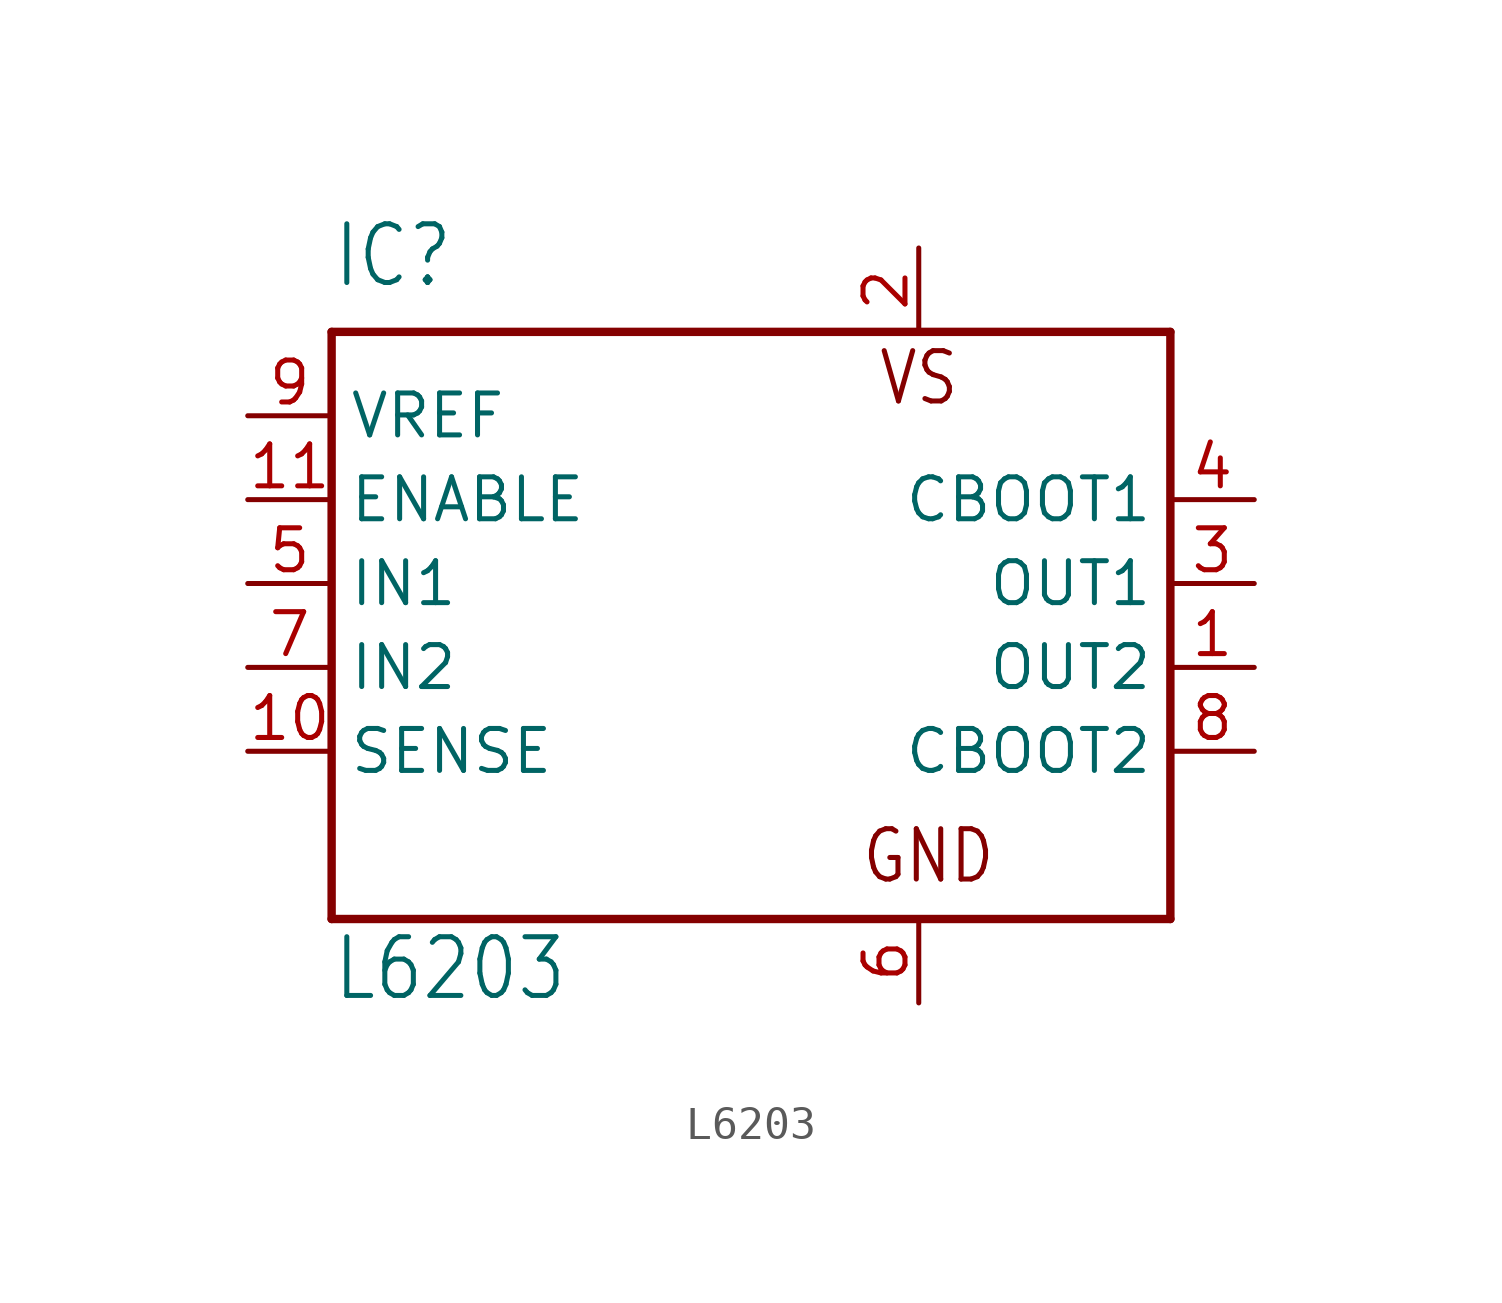
<source format=kicad_sym>
(kicad_symbol_lib
  (version 20211014)
  (generator kicad_symbol_editor)
  (symbol "L6203"
    (property "Reference" "IC"
      (at -12.7 8.89 0)
      (effects (font (size 1.778 1.511)) (justify left bottom)))
    (property "Value" "L6203"
      (at -12.7 -12.7 0)
      (effects (font (size 1.778 1.511)) (justify left bottom)))
    (property "ki_locked" ""
      (at 0 0 0)
      (effects (font (size 1.27 1.27))))
    (symbol "L6203_1_0"
      (polyline (pts (xy -12.7 -10.16) (xy -12.7 7.62)) (stroke (width 0.254) (type default) (color 0 0 0 0)) (fill (type none)))
      (polyline (pts (xy -12.7 7.62) (xy 12.7 7.62)) (stroke (width 0.254) (type default) (color 0 0 0 0)) (fill (type none)))
      (polyline (pts (xy 12.7 -10.16) (xy -12.7 -10.16)) (stroke (width 0.254) (type default) (color 0 0 0 0)) (fill (type none)))
      (polyline (pts (xy 12.7 7.62) (xy 12.7 -10.16)) (stroke (width 0.254) (type default) (color 0 0 0 0)) (fill (type none)))
      (text "GND" (at 3.302 -9.144 0) (effects (font (size 1.524 1.295)) (justify left bottom)))
      (text "VS" (at 3.81 5.334 0) (effects (font (size 1.524 1.295)) (justify left bottom)))
      (pin output line (at 15.24 -2.54 180) (length 2.54) (name "OUT2" (effects (font (size 1.27 1.27)))) (number "1" (effects (font (size 1.27 1.27)))))
      (pin input line (at -15.24 -5.08 0) (length 2.54) (name "SENSE" (effects (font (size 1.27 1.27)))) (number "10" (effects (font (size 1.27 1.27)))))
      (pin input line (at -15.24 2.54 0) (length 2.54) (name "ENABLE" (effects (font (size 1.27 1.27)))) (number "11" (effects (font (size 1.27 1.27)))))
      (pin power_in line (at 5.08 10.16 270) (length 2.54) (name "VS" (effects (font (size 0 0)))) (number "2" (effects (font (size 1.27 1.27)))))
      (pin output line (at 15.24 0 180) (length 2.54) (name "OUT1" (effects (font (size 1.27 1.27)))) (number "3" (effects (font (size 1.27 1.27)))))
      (pin input line (at 15.24 2.54 180) (length 2.54) (name "CBOOT1" (effects (font (size 1.27 1.27)))) (number "4" (effects (font (size 1.27 1.27)))))
      (pin input line (at -15.24 0 0) (length 2.54) (name "IN1" (effects (font (size 1.27 1.27)))) (number "5" (effects (font (size 1.27 1.27)))))
      (pin power_in line (at 5.08 -12.7 90) (length 2.54) (name "GND" (effects (font (size 0 0)))) (number "6" (effects (font (size 1.27 1.27)))))
      (pin input line (at -15.24 -2.54 0) (length 2.54) (name "IN2" (effects (font (size 1.27 1.27)))) (number "7" (effects (font (size 1.27 1.27)))))
      (pin input line (at 15.24 -5.08 180) (length 2.54) (name "CBOOT2" (effects (font (size 1.27 1.27)))) (number "8" (effects (font (size 1.27 1.27)))))
      (pin input line (at -15.24 5.08 0) (length 2.54) (name "VREF" (effects (font (size 1.27 1.27)))) (number "9" (effects (font (size 1.27 1.27))))))))
</source>
